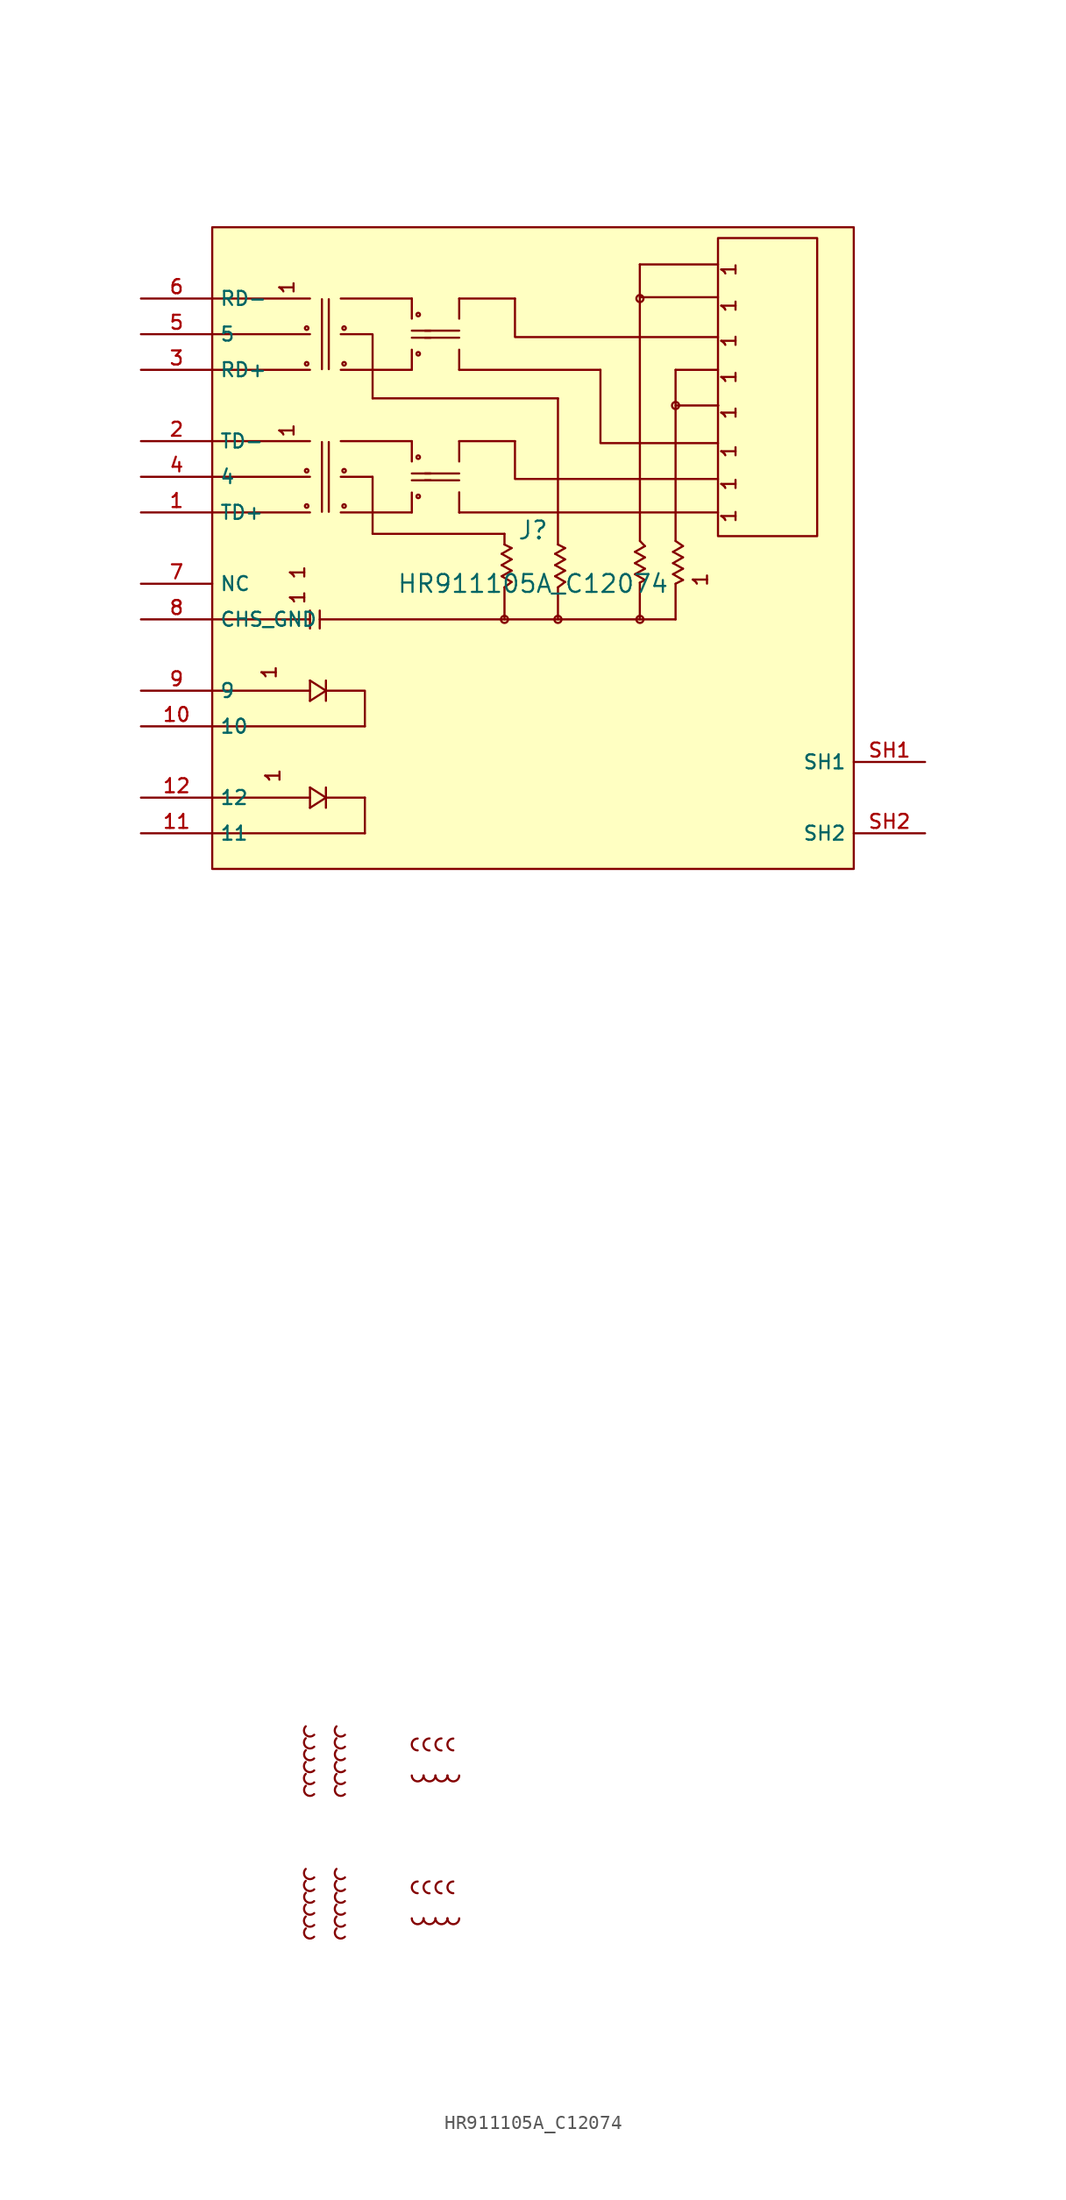
<source format=kicad_sym>
(kicad_symbol_lib
  (version 20241209)
  (generator "kicad_symbol_editor")
  (generator_version "9.0")
  (symbol "HR911105A_C12074"
    (property "Reference" "J"
      (at 0 1.27 0)
      (effects (font (size 1.27 1.27))))
    (property "Value" "HR911105A_C12074"
      (at 0 -2.54 0)
      (effects (font (size 1.27 1.27))))
    (symbol "HR911105A_C12074_0_1"
      (rectangle (start -22.86 22.86) (end 22.86 -22.86) (stroke (width 0) (type default)) (fill (type background)))
      (circle (center -16.129 15.672) (radius 0.127) (stroke (width 0) (type default)) (fill (type background)))
      (circle (center -16.129 13.132) (radius 0.127) (stroke (width 0) (type default)) (fill (type background)))
      (circle (center -16.129 5.512) (radius 0.127) (stroke (width 0) (type default)) (fill (type background)))
      (circle (center -16.129 2.997) (radius 0.127) (stroke (width 0) (type default)) (fill (type background)))
      (arc (start -15.5917 -84.548) (mid -16.1951 -84.548) (end -16.1951 -83.9445) (stroke (width 0) (type default)) (fill (type none)))
      (arc (start -15.5917 -85.3999) (mid -16.1951 -85.3999) (end -16.1951 -84.7964) (stroke (width 0) (type default)) (fill (type none)))
      (arc (start -15.597 -86.2384) (mid -16.1897 -86.2384) (end -16.1897 -85.6457) (stroke (width 0) (type default)) (fill (type none)))
      (arc (start -15.5917 -87.088) (mid -16.1951 -87.088) (end -16.1951 -86.4845) (stroke (width 0) (type default)) (fill (type none)))
      (arc (start -15.5917 -87.9399) (mid -16.1951 -87.9399) (end -16.1951 -87.3364) (stroke (width 0) (type default)) (fill (type none)))
      (arc (start -15.597 -88.7784) (mid -16.1897 -88.7784) (end -16.1897 -88.1857) (stroke (width 0) (type default)) (fill (type none)))
      (arc (start -15.5917 -94.708) (mid -16.1951 -94.708) (end -16.1951 -94.1045) (stroke (width 0) (type default)) (fill (type none)))
      (arc (start -15.5917 -95.5599) (mid -16.1951 -95.5599) (end -16.1951 -94.9564) (stroke (width 0) (type default)) (fill (type none)))
      (arc (start -15.597 -96.3984) (mid -16.1897 -96.3984) (end -16.1897 -95.8057) (stroke (width 0) (type default)) (fill (type none)))
      (arc (start -15.5917 -97.248) (mid -16.1951 -97.248) (end -16.1951 -96.6446) (stroke (width 0) (type default)) (fill (type none)))
      (arc (start -15.5917 -98.0999) (mid -16.1951 -98.0999) (end -16.1951 -97.4964) (stroke (width 0) (type default)) (fill (type none)))
      (arc (start -15.597 -98.9384) (mid -16.1897 -98.9384) (end -16.1897 -98.3458) (stroke (width 0) (type default)) (fill (type none)))
      (polyline (pts (xy -15.893 17.78) (xy -22.86 17.78)) (stroke (width 0) (type default)) (fill (type none)))
      (polyline (pts (xy -15.893 15.24) (xy -22.86 15.24)) (stroke (width 0) (type default)) (fill (type none)))
      (polyline (pts (xy -15.893 12.7) (xy -22.86 12.7)) (stroke (width 0) (type default)) (fill (type none)))
      (polyline (pts (xy -15.893 7.62) (xy -22.86 7.62)) (stroke (width 0) (type default)) (fill (type none)))
      (polyline (pts (xy -15.893 5.08) (xy -22.86 5.08)) (stroke (width 0) (type default)) (fill (type none)))
      (polyline (pts (xy -15.893 2.54) (xy -22.86 2.54)) (stroke (width 0) (type default)) (fill (type none)))
      (polyline (pts (xy -15.893 -4.45) (xy -15.893 -5.728)) (stroke (width 0) (type default)) (fill (type none)))
      (polyline (pts (xy -15.893 -5.08) (xy -22.86 -5.08)) (stroke (width 0) (type default)) (fill (type none)))
      (polyline (pts (xy -15.893 -9.434) (xy -15.893 -10.886)) (stroke (width 0) (type default)) (fill (type none)))
      (polyline (pts (xy -15.893 -10.16) (xy -22.86 -10.16)) (stroke (width 0) (type default)) (fill (type none)))
      (polyline (pts (xy -15.893 -17.054) (xy -15.893 -18.506)) (stroke (width 0) (type default)) (fill (type none)))
      (polyline (pts (xy -15.893 -17.78) (xy -22.86 -17.78)) (stroke (width 0) (type default)) (fill (type none)))
      (polyline (pts (xy -15.199 -4.45) (xy -15.199 -5.728)) (stroke (width 0) (type default)) (fill (type none)))
      (polyline (pts (xy -15.042 17.732) (xy -15.042 12.748)) (stroke (width 0) (type default)) (fill (type none)))
      (polyline (pts (xy -15.042 7.556) (xy -15.042 2.586)) (stroke (width 0) (type default)) (fill (type none)))
      (polyline (pts (xy -14.757 -9.434) (xy -14.757 -10.886)) (stroke (width 0) (type default)) (fill (type none)))
      (polyline (pts (xy -14.757 -10.16) (xy -15.893 -9.434)) (stroke (width 0) (type default)) (fill (type none)))
      (polyline (pts (xy -14.757 -10.16) (xy -15.893 -10.886)) (stroke (width 0) (type default)) (fill (type none)))
      (polyline (pts (xy -14.757 -10.16) (xy -11.981 -10.16) (xy -11.981 -12.7)) (stroke (width 0) (type default)) (fill (type none)))
      (polyline (pts (xy -14.757 -17.054) (xy -14.757 -18.506)) (stroke (width 0) (type default)) (fill (type none)))
      (polyline (pts (xy -14.757 -17.78) (xy -15.893 -17.054)) (stroke (width 0) (type default)) (fill (type none)))
      (polyline (pts (xy -14.757 -17.78) (xy -15.893 -18.506)) (stroke (width 0) (type default)) (fill (type none)))
      (polyline (pts (xy -14.757 -17.78) (xy -11.981 -17.78)) (stroke (width 0) (type default)) (fill (type none)))
      (polyline (pts (xy -14.552 17.732) (xy -14.552 12.748)) (stroke (width 0) (type default)) (fill (type none)))
      (polyline (pts (xy -14.552 7.556) (xy -14.552 2.586)) (stroke (width 0) (type default)) (fill (type none)))
      (polyline (pts (xy -13.701 17.78) (xy -8.636 17.78)) (stroke (width 0) (type default)) (fill (type none)))
      (polyline (pts (xy -13.701 15.24) (xy -11.445 15.24)) (stroke (width 0) (type default)) (fill (type none)))
      (polyline (pts (xy -13.701 12.7) (xy -8.636 12.7)) (stroke (width 0) (type default)) (fill (type none)))
      (polyline (pts (xy -13.701 7.62) (xy -8.636 7.62)) (stroke (width 0) (type default)) (fill (type none)))
      (polyline (pts (xy -13.701 5.08) (xy -11.445 5.08)) (stroke (width 0) (type default)) (fill (type none)))
      (polyline (pts (xy -13.701 2.54) (xy -8.636 2.54)) (stroke (width 0) (type default)) (fill (type none)))
      (arc (start -13.3989 -84.548) (mid -14.0024 -84.548) (end -14.0024 -83.9445) (stroke (width 0) (type default)) (fill (type none)))
      (arc (start -13.3989 -85.3999) (mid -14.0024 -85.3999) (end -14.0024 -84.7964) (stroke (width 0) (type default)) (fill (type none)))
      (arc (start -13.4043 -86.2384) (mid -13.997 -86.2384) (end -13.997 -85.6457) (stroke (width 0) (type default)) (fill (type none)))
      (arc (start -13.3989 -87.088) (mid -14.0024 -87.088) (end -14.0024 -86.4845) (stroke (width 0) (type default)) (fill (type none)))
      (arc (start -13.3989 -87.9399) (mid -14.0024 -87.9399) (end -14.0024 -87.3364) (stroke (width 0) (type default)) (fill (type none)))
      (arc (start -13.4043 -88.7784) (mid -13.997 -88.7784) (end -13.997 -88.1857) (stroke (width 0) (type default)) (fill (type none)))
      (arc (start -13.3989 -94.708) (mid -14.0024 -94.708) (end -14.0024 -94.1045) (stroke (width 0) (type default)) (fill (type none)))
      (arc (start -13.3989 -95.5599) (mid -14.0024 -95.5599) (end -14.0024 -94.9564) (stroke (width 0) (type default)) (fill (type none)))
      (arc (start -13.4043 -96.3984) (mid -13.997 -96.3984) (end -13.997 -95.8057) (stroke (width 0) (type default)) (fill (type none)))
      (arc (start -13.3989 -97.248) (mid -14.0024 -97.248) (end -14.0024 -96.6446) (stroke (width 0) (type default)) (fill (type none)))
      (arc (start -13.3989 -98.0999) (mid -14.0024 -98.0999) (end -14.0024 -97.4964) (stroke (width 0) (type default)) (fill (type none)))
      (arc (start -13.4043 -98.9384) (mid -13.997 -98.9384) (end -13.997 -98.3458) (stroke (width 0) (type default)) (fill (type none)))
      (circle (center -13.462 15.672) (radius 0.127) (stroke (width 0) (type default)) (fill (type background)))
      (circle (center -13.462 13.132) (radius 0.127) (stroke (width 0) (type default)) (fill (type background)))
      (circle (center -13.462 5.512) (radius 0.127) (stroke (width 0) (type default)) (fill (type background)))
      (circle (center -13.462 2.997) (radius 0.127) (stroke (width 0) (type default)) (fill (type background)))
      (polyline (pts (xy -11.981 -12.7) (xy -22.86 -12.7)) (stroke (width 0) (type default)) (fill (type none)))
      (polyline (pts (xy -11.981 -17.78) (xy -11.981 -20.32)) (stroke (width 0) (type default)) (fill (type none)))
      (polyline (pts (xy -11.981 -20.32) (xy -22.86 -20.32)) (stroke (width 0) (type default)) (fill (type none)))
      (polyline (pts (xy -11.43 10.668) (xy -11.43 15.21)) (stroke (width 0) (type default)) (fill (type none)))
      (polyline (pts (xy -11.43 5.08) (xy -11.43 1.016)) (stroke (width 0) (type default)) (fill (type none)))
      (polyline (pts (xy -8.636 17.78) (xy -8.636 16.345)) (stroke (width 0) (type default)) (fill (type none)))
      (polyline (pts (xy -8.636 15.492) (xy -7.295 15.492)) (stroke (width 0) (type default)) (fill (type none)))
      (polyline (pts (xy -8.636 14.989) (xy -7.295 14.989)) (stroke (width 0) (type default)) (fill (type none)))
      (polyline (pts (xy -8.636 14.135) (xy -8.636 12.7)) (stroke (width 0) (type default)) (fill (type none)))
      (polyline (pts (xy -8.636 6.17) (xy -8.636 7.62)) (stroke (width 0) (type default)) (fill (type none)))
      (polyline (pts (xy -8.636 5.316) (xy -7.295 5.316)) (stroke (width 0) (type default)) (fill (type none)))
      (polyline (pts (xy -8.636 4.829) (xy -7.295 4.829)) (stroke (width 0) (type default)) (fill (type none)))
      (polyline (pts (xy -8.636 2.54) (xy -8.636 3.96)) (stroke (width 0) (type default)) (fill (type none)))
      (arc (start -8.2182 -85.659) (mid -8.6373 -85.2399) (end -8.2182 -84.8208) (stroke (width 0) (type default)) (fill (type none)))
      (arc (start -7.7991 -87.4486) (mid -8.2182 -87.8677) (end -8.6373 -87.4486) (stroke (width 0) (type default)) (fill (type none)))
      (arc (start -8.2182 -95.835) (mid -8.6373 -95.4158) (end -8.2182 -94.9967) (stroke (width 0) (type default)) (fill (type none)))
      (arc (start -7.7991 -97.6246) (mid -8.2182 -98.0437) (end -8.6373 -97.6246) (stroke (width 0) (type default)) (fill (type none)))
      (circle (center -8.179 16.637) (radius 0.127) (stroke (width 0) (type default)) (fill (type background)))
      (circle (center -8.179 13.843) (radius 0.127) (stroke (width 0) (type default)) (fill (type background)))
      (circle (center -8.179 6.477) (radius 0.127) (stroke (width 0) (type default)) (fill (type background)))
      (circle (center -8.179 3.683) (radius 0.127) (stroke (width 0) (type default)) (fill (type background)))
      (arc (start -7.3742 -85.6666) (mid -7.801 -85.2399) (end -7.3742 -84.8132) (stroke (width 0) (type default)) (fill (type none)))
      (arc (start -6.9475 -87.4486) (mid -7.3742 -87.8753) (end -7.801 -87.4486) (stroke (width 0) (type default)) (fill (type none)))
      (arc (start -7.3742 -95.8426) (mid -7.801 -95.4158) (end -7.3742 -94.9891) (stroke (width 0) (type default)) (fill (type none)))
      (arc (start -6.9475 -97.6246) (mid -7.3742 -98.0513) (end -7.801 -97.6246) (stroke (width 0) (type default)) (fill (type none)))
      (arc (start -6.5224 -85.6666) (mid -6.9491 -85.2399) (end -6.5224 -84.8132) (stroke (width 0) (type default)) (fill (type none)))
      (arc (start -6.0956 -87.4486) (mid -6.5224 -87.8753) (end -6.9491 -87.4486) (stroke (width 0) (type default)) (fill (type none)))
      (arc (start -6.0956 -97.6246) (mid -6.5224 -98.0513) (end -6.9491 -97.6246) (stroke (width 0) (type default)) (fill (type none)))
      (arc (start -6.5224 -95.8426) (mid -6.9491 -95.4158) (end -6.5224 -94.9891) (stroke (width 0) (type default)) (fill (type none)))
      (arc (start -5.6784 -85.659) (mid -6.0975 -85.2399) (end -5.6784 -84.8208) (stroke (width 0) (type default)) (fill (type none)))
      (arc (start -5.2593 -87.4486) (mid -5.6784 -87.8677) (end -6.0975 -87.4486) (stroke (width 0) (type default)) (fill (type none)))
      (arc (start -5.6784 -95.835) (mid -6.0975 -95.4158) (end -5.6784 -94.9967) (stroke (width 0) (type default)) (fill (type none)))
      (arc (start -5.2593 -97.6246) (mid -5.6784 -98.0437) (end -6.0975 -97.6246) (stroke (width 0) (type default)) (fill (type none)))
      (polyline (pts (xy -5.26 17.78) (xy -1.285 17.78)) (stroke (width 0) (type default)) (fill (type none)))
      (polyline (pts (xy -5.26 16.345) (xy -5.26 17.78)) (stroke (width 0) (type default)) (fill (type none)))
      (polyline (pts (xy -5.26 15.492) (xy -7.706 15.492)) (stroke (width 0) (type default)) (fill (type none)))
      (polyline (pts (xy -5.26 14.989) (xy -7.706 14.989)) (stroke (width 0) (type default)) (fill (type none)))
      (polyline (pts (xy -5.26 14.135) (xy -5.26 12.7) (xy -5.245 12.685)) (stroke (width 0) (type default)) (fill (type none)))
      (polyline (pts (xy -5.26 7.62) (xy -1.285 7.62)) (stroke (width 0) (type default)) (fill (type none)))
      (polyline (pts (xy -5.26 6.17) (xy -5.26 7.62)) (stroke (width 0) (type default)) (fill (type none)))
      (polyline (pts (xy -5.26 5.316) (xy -7.706 5.316)) (stroke (width 0) (type default)) (fill (type none)))
      (polyline (pts (xy -5.26 4.829) (xy -7.706 4.829)) (stroke (width 0) (type default)) (fill (type none)))
      (polyline (pts (xy -5.26 3.975) (xy -5.26 2.54) (xy -5.245 2.525)) (stroke (width 0) (type default)) (fill (type none)))
      (polyline (pts (xy -2.032 1.016) (xy -11.43 1.016)) (stroke (width 0) (type default)) (fill (type none)))
      (polyline (pts (xy -2.032 1.016) (xy -2.032 0.254)) (stroke (width 0) (type default)) (fill (type none)))
      (polyline (pts (xy -2.032 -2.794) (xy -2.032 -5.08)) (stroke (width 0) (type default)) (fill (type none)))
      (circle (center -2.032 -5.08) (radius 0.254) (stroke (width 0) (type default)) (fill (type background)))
      (polyline (pts (xy -1.524 0) (xy -2.233 -0.409)) (stroke (width 0) (type default)) (fill (type none)))
      (polyline (pts (xy -1.524 0) (xy -2.032 0.254)) (stroke (width 0) (type default)) (fill (type none)))
      (polyline (pts (xy -1.524 -0.805) (xy -2.233 -0.409)) (stroke (width 0) (type default)) (fill (type none)))
      (polyline (pts (xy -1.524 -0.805) (xy -2.233 -1.214)) (stroke (width 0) (type default)) (fill (type none)))
      (polyline (pts (xy -1.524 -1.608) (xy -2.233 -1.214)) (stroke (width 0) (type default)) (fill (type none)))
      (polyline (pts (xy -1.524 -1.608) (xy -2.233 -2.004)) (stroke (width 0) (type default)) (fill (type none)))
      (polyline (pts (xy -1.524 -2.413) (xy -2.233 -2.004)) (stroke (width 0) (type default)) (fill (type none)))
      (polyline (pts (xy -1.524 -2.413) (xy -2.032 -2.794)) (stroke (width 0) (type default)) (fill (type none)))
      (polyline (pts (xy 1.778 10.668) (xy -11.43 10.668)) (stroke (width 0) (type default)) (fill (type none)))
      (polyline (pts (xy 1.778 0.254) (xy 1.778 10.668)) (stroke (width 0) (type default)) (fill (type none)))
      (polyline (pts (xy 1.778 -2.794) (xy 1.778 -5.08)) (stroke (width 0) (type default)) (fill (type none)))
      (circle (center 1.778 -5.08) (radius 0.254) (stroke (width 0) (type default)) (fill (type background)))
      (polyline (pts (xy 2.286 0) (xy 1.577 -0.409)) (stroke (width 0) (type default)) (fill (type none)))
      (polyline (pts (xy 2.286 0) (xy 1.778 0.254)) (stroke (width 0) (type default)) (fill (type none)))
      (polyline (pts (xy 2.286 -0.805) (xy 1.577 -0.409)) (stroke (width 0) (type default)) (fill (type none)))
      (polyline (pts (xy 2.286 -0.805) (xy 1.577 -1.214)) (stroke (width 0) (type default)) (fill (type none)))
      (polyline (pts (xy 2.286 -1.608) (xy 1.577 -1.214)) (stroke (width 0) (type default)) (fill (type none)))
      (polyline (pts (xy 2.286 -1.608) (xy 1.577 -2.004)) (stroke (width 0) (type default)) (fill (type none)))
      (polyline (pts (xy 2.286 -2.413) (xy 1.577 -2.004)) (stroke (width 0) (type default)) (fill (type none)))
      (polyline (pts (xy 2.286 -2.413) (xy 1.778 -2.794)) (stroke (width 0) (type default)) (fill (type none)))
      (polyline (pts (xy 4.806 12.7) (xy -5.26 12.7)) (stroke (width 0) (type default)) (fill (type none)))
      (polyline (pts (xy 7.612 -2.461) (xy 7.612 -5.08)) (stroke (width 0) (type default)) (fill (type none)))
      (circle (center 7.62 17.78) (radius 0.254) (stroke (width 0) (type default)) (fill (type background)))
      (polyline (pts (xy 7.62 0.508) (xy 7.612 20.211)) (stroke (width 0) (type default)) (fill (type none)))
      (circle (center 7.62 -5.08) (radius 0.254) (stroke (width 0) (type default)) (fill (type background)))
      (polyline (pts (xy 7.976 0.142) (xy 7.267 -0.269)) (stroke (width 0) (type default)) (fill (type none)))
      (polyline (pts (xy 7.976 0.142) (xy 7.62 0.508)) (stroke (width 0) (type default)) (fill (type none)))
      (polyline (pts (xy 7.976 -0.663) (xy 7.267 -0.269)) (stroke (width 0) (type default)) (fill (type none)))
      (polyline (pts (xy 7.976 -0.663) (xy 7.267 -1.072)) (stroke (width 0) (type default)) (fill (type none)))
      (polyline (pts (xy 7.976 -1.468) (xy 7.267 -1.072)) (stroke (width 0) (type default)) (fill (type none)))
      (polyline (pts (xy 7.976 -1.468) (xy 7.267 -1.862)) (stroke (width 0) (type default)) (fill (type none)))
      (polyline (pts (xy 7.976 -2.271) (xy 7.267 -1.862)) (stroke (width 0) (type default)) (fill (type none)))
      (polyline (pts (xy 7.976 -2.271) (xy 7.612 -2.461)) (stroke (width 0) (type default)) (fill (type none)))
      (polyline (pts (xy 10.16 12.7) (xy 13.183 12.7)) (stroke (width 0) (type default)) (fill (type none)))
      (circle (center 10.16 10.16) (radius 0.254) (stroke (width 0) (type default)) (fill (type background)))
      (polyline (pts (xy 10.16 0.508) (xy 10.16 12.7)) (stroke (width 0) (type default)) (fill (type none)))
      (polyline (pts (xy 10.16 -2.54) (xy 10.16 -5.08)) (stroke (width 0) (type default)) (fill (type none)))
      (polyline (pts (xy 10.16 -5.08) (xy -15.199 -5.08)) (stroke (width 0) (type default)) (fill (type none)))
      (polyline (pts (xy 10.688 0.142) (xy 9.98 -0.269)) (stroke (width 0) (type default)) (fill (type none)))
      (polyline (pts (xy 10.688 0.142) (xy 10.16 0.508)) (stroke (width 0) (type default)) (fill (type none)))
      (polyline (pts (xy 10.688 -0.663) (xy 9.98 -0.269)) (stroke (width 0) (type default)) (fill (type none)))
      (polyline (pts (xy 10.688 -0.663) (xy 9.98 -1.072)) (stroke (width 0) (type default)) (fill (type none)))
      (polyline (pts (xy 10.688 -1.468) (xy 9.98 -1.072)) (stroke (width 0) (type default)) (fill (type none)))
      (polyline (pts (xy 10.688 -1.468) (xy 9.98 -1.862)) (stroke (width 0) (type default)) (fill (type none)))
      (polyline (pts (xy 10.688 -2.271) (xy 9.98 -1.862)) (stroke (width 0) (type default)) (fill (type none)))
      (polyline (pts (xy 10.688 -2.271) (xy 10.16 -2.54)) (stroke (width 0) (type default)) (fill (type none)))
      (polyline (pts (xy 13.183 22.088) (xy 13.183 0.851) (xy 20.252 0.851) (xy 20.252 22.088) (xy 13.183 22.088)) (stroke (width 0) (type default)) (fill (type none)))
      (polyline (pts (xy 13.183 20.211) (xy 7.612 20.211)) (stroke (width 0) (type default)) (fill (type none)))
      (polyline (pts (xy 13.183 17.874) (xy 7.612 17.874)) (stroke (width 0) (type default)) (fill (type none)))
      (polyline (pts (xy 13.183 15.034) (xy -1.285 15.034) (xy -1.285 17.78)) (stroke (width 0) (type default)) (fill (type none)))
      (polyline (pts (xy 13.183 7.478) (xy 4.806 7.478) (xy 4.806 12.7)) (stroke (width 0) (type default)) (fill (type none)))
      (polyline (pts (xy 13.183 4.923) (xy -1.285 4.923) (xy -1.285 7.62)) (stroke (width 0) (type default)) (fill (type none)))
      (polyline (pts (xy 13.183 2.54) (xy -5.26 2.54)) (stroke (width 0) (type default)) (fill (type none)))
      (polyline (pts (xy 13.208 10.16) (xy 10.16 10.16)) (stroke (width 0) (type default)) (fill (type none)))
      (text "1" (at -18.796 -8.846 1800) (effects (font (size 1.016 1.016))))
      (text "1" (at -18.53 -16.212 1800) (effects (font (size 1.016 1.016))))
      (text "1" (at -17.526 18.578 1800) (effects (font (size 1.016 1.016))))
      (text "1" (at -17.526 8.382 1800) (effects (font (size 1.016 1.016))))
      (text "1" (at -16.764 -1.734 1800) (effects (font (size 1.016 1.016))))
      (text "1" (at -16.764 -3.512 1800) (effects (font (size 1.016 1.016))))
      (text "1" (at 11.938 -2.242 1800) (effects (font (size 1.016 1.016))))
      (text "1" (at 13.97 19.856 1800) (effects (font (size 1.016 1.016))))
      (text "1" (at 13.97 17.272 1800) (effects (font (size 1.016 1.016))))
      (text "1" (at 13.97 14.768 1800) (effects (font (size 1.016 1.016))))
      (text "1" (at 13.97 12.192 1800) (effects (font (size 1.016 1.016))))
      (text "1" (at 13.97 9.652 1800) (effects (font (size 1.016 1.016))))
      (text "1" (at 13.97 6.902 1800) (effects (font (size 1.016 1.016))))
      (text "1" (at 13.97 4.572 1800) (effects (font (size 1.016 1.016))))
      (text "1" (at 13.97 2.286 1800) (effects (font (size 1.016 1.016))))
      (pin unspecified line (at -27.94 17.78 0) (length 5.08) (name "RD-" (effects (font (size 1 1)))) (number "6" (effects (font (size 1 1)))))
      (pin unspecified line (at -27.94 15.24 0) (length 5.08) (name "5" (effects (font (size 1 1)))) (number "5" (effects (font (size 1 1)))))
      (pin unspecified line (at -27.94 12.7 0) (length 5.08) (name "RD+" (effects (font (size 1 1)))) (number "3" (effects (font (size 1 1)))))
      (pin unspecified line (at -27.94 7.62 0) (length 5.08) (name "TD-" (effects (font (size 1 1)))) (number "2" (effects (font (size 1 1)))))
      (pin unspecified line (at -27.94 5.08 0) (length 5.08) (name "4" (effects (font (size 1 1)))) (number "4" (effects (font (size 1 1)))))
      (pin unspecified line (at -27.94 2.54 0) (length 5.08) (name "TD+" (effects (font (size 1 1)))) (number "1" (effects (font (size 1 1)))))
      (pin unspecified line (at -27.94 -2.54 0) (length 5.08) (name "NC" (effects (font (size 1 1)))) (number "7" (effects (font (size 1 1)))))
      (pin unspecified line (at -27.94 -5.08 0) (length 5.08) (name "CHS_GND" (effects (font (size 1 1)))) (number "8" (effects (font (size 1 1)))))
      (pin unspecified line (at -27.94 -10.16 0) (length 5.08) (name "9" (effects (font (size 1 1)))) (number "9" (effects (font (size 1 1)))))
      (pin unspecified line (at -27.94 -12.7 0) (length 5.08) (name "10" (effects (font (size 1 1)))) (number "10" (effects (font (size 1 1)))))
      (pin unspecified line (at -27.94 -17.78 0) (length 5.08) (name "12" (effects (font (size 1 1)))) (number "12" (effects (font (size 1 1)))))
      (pin unspecified line (at -27.94 -20.32 0) (length 5.08) (name "11" (effects (font (size 1 1)))) (number "11" (effects (font (size 1 1)))))
      (pin unspecified line (at 27.94 -15.24 180) (length 5.08) (name "SH1" (effects (font (size 1 1)))) (number "SH1" (effects (font (size 1 1)))))
      (pin unspecified line (at 27.94 -20.32 180) (length 5.08) (name "SH2" (effects (font (size 1 1)))) (number "SH2" (effects (font (size 1 1))))))))
</source>
